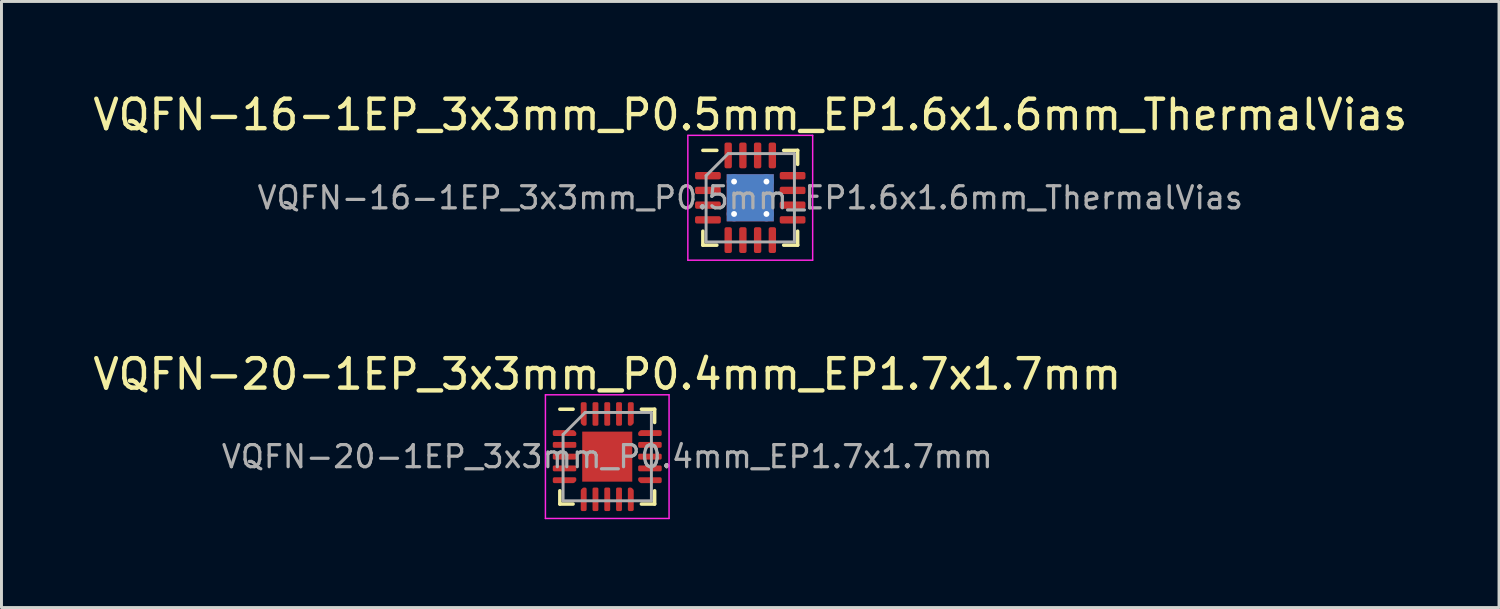
<source format=kicad_pcb>
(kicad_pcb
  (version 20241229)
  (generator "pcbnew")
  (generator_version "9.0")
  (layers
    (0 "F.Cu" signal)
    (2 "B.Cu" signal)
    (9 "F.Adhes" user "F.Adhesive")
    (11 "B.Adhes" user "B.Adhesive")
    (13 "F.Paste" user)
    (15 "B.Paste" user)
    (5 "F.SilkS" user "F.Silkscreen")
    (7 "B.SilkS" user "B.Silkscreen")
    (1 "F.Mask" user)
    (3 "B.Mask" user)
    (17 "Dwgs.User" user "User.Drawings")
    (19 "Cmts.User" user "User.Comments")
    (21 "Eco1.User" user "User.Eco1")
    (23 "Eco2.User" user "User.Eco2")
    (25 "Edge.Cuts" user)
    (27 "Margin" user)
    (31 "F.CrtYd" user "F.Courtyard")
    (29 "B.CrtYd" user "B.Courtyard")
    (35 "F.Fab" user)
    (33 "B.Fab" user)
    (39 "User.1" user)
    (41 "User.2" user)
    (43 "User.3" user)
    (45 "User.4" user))
  (footprint "VQFN-16-1EP_3x3mm_P0.5mm_EP1.6x1.6mm_ThermalVias"
    (layer "F.Cu")
    (at 22.435 3.668)
    (property "Reference" "VQFN-16-1EP_3x3mm_P0.5mm_EP1.6x1.6mm_ThermalVias" (at 0 -2.82 0) (layer "F.SilkS") (effects (font (size 1 1) (thickness 0.15))))
    (attr smd)
    (fp_line (start -1.61 1.61) (end -1.61 1.135) (stroke (width 0.12) (type solid)) (layer "F.SilkS"))
    (fp_line (start -1.135 -1.61) (end -1.61 -1.61) (stroke (width 0.12) (type solid)) (layer "F.SilkS"))
    (fp_line (start -1.135 1.61) (end -1.61 1.61) (stroke (width 0.12) (type solid)) (layer "F.SilkS"))
    (fp_line (start 1.135 -1.61) (end 1.61 -1.61) (stroke (width 0.12) (type solid)) (layer "F.SilkS"))
    (fp_line (start 1.135 1.61) (end 1.61 1.61) (stroke (width 0.12) (type solid)) (layer "F.SilkS"))
    (fp_line (start 1.61 -1.61) (end 1.61 -1.135) (stroke (width 0.12) (type solid)) (layer "F.SilkS"))
    (fp_line (start 1.61 1.61) (end 1.61 1.135) (stroke (width 0.12) (type solid)) (layer "F.SilkS"))
    (fp_line (start -2.12 -2.12) (end -2.12 2.12) (stroke (width 0.05) (type solid)) (layer "F.CrtYd"))
    (fp_line (start -2.12 2.12) (end 2.12 2.12) (stroke (width 0.05) (type solid)) (layer "F.CrtYd"))
    (fp_line (start 2.12 -2.12) (end -2.12 -2.12) (stroke (width 0.05) (type solid)) (layer "F.CrtYd"))
    (fp_line (start 2.12 2.12) (end 2.12 -2.12) (stroke (width 0.05) (type solid)) (layer "F.CrtYd"))
    (fp_line (start -1.5 -0.75) (end -0.75 -1.5) (stroke (width 0.1) (type solid)) (layer "F.Fab"))
    (fp_line (start -1.5 1.5) (end -1.5 -0.75) (stroke (width 0.1) (type solid)) (layer "F.Fab"))
    (fp_line (start -0.75 -1.5) (end 1.5 -1.5) (stroke (width 0.1) (type solid)) (layer "F.Fab"))
    (fp_line (start 1.5 -1.5) (end 1.5 1.5) (stroke (width 0.1) (type solid)) (layer "F.Fab"))
    (fp_line (start 1.5 1.5) (end -1.5 1.5) (stroke (width 0.1) (type solid)) (layer "F.Fab"))
    (fp_text user "${REFERENCE}" (at 0 0 0) (layer "F.Fab") (effects (font (size 0.75 0.75) (thickness 0.11))))
    (pad "" smd roundrect (at -0.4 -0.4) (size 0.69 0.69) (layers "F.Paste") (roundrect_rratio 0.25))
    (pad "" smd roundrect (at -0.4 0.4) (size 0.69 0.69) (layers "F.Paste") (roundrect_rratio 0.25))
    (pad "" smd roundrect (at 0.4 -0.4) (size 0.69 0.69) (layers "F.Paste") (roundrect_rratio 0.25))
    (pad "" smd roundrect (at 0.4 0.4) (size 0.69 0.69) (layers "F.Paste") (roundrect_rratio 0.25))
    (pad "1" smd roundrect (at -1.438 -0.75) (size 0.875 0.25) (layers "F.Cu" "F.Mask" "F.Paste") (roundrect_rratio 0.25))
    (pad "2" smd roundrect (at -1.438 -0.25) (size 0.875 0.25) (layers "F.Cu" "F.Mask" "F.Paste") (roundrect_rratio 0.25))
    (pad "3" smd roundrect (at -1.438 0.25) (size 0.875 0.25) (layers "F.Cu" "F.Mask" "F.Paste") (roundrect_rratio 0.25))
    (pad "4" smd roundrect (at -1.438 0.75) (size 0.875 0.25) (layers "F.Cu" "F.Mask" "F.Paste") (roundrect_rratio 0.25))
    (pad "5" smd roundrect (at -0.75 1.438) (size 0.25 0.875) (layers "F.Cu" "F.Mask" "F.Paste") (roundrect_rratio 0.25))
    (pad "6" smd roundrect (at -0.25 1.438) (size 0.25 0.875) (layers "F.Cu" "F.Mask" "F.Paste") (roundrect_rratio 0.25))
    (pad "7" smd roundrect (at 0.25 1.438) (size 0.25 0.875) (layers "F.Cu" "F.Mask" "F.Paste") (roundrect_rratio 0.25))
    (pad "8" smd roundrect (at 0.75 1.438) (size 0.25 0.875) (layers "F.Cu" "F.Mask" "F.Paste") (roundrect_rratio 0.25))
    (pad "9" smd roundrect (at 1.438 0.75) (size 0.875 0.25) (layers "F.Cu" "F.Mask" "F.Paste") (roundrect_rratio 0.25))
    (pad "10" smd roundrect (at 1.438 0.25) (size 0.875 0.25) (layers "F.Cu" "F.Mask" "F.Paste") (roundrect_rratio 0.25))
    (pad "11" smd roundrect (at 1.438 -0.25) (size 0.875 0.25) (layers "F.Cu" "F.Mask" "F.Paste") (roundrect_rratio 0.25))
    (pad "12" smd roundrect (at 1.438 -0.75) (size 0.875 0.25) (layers "F.Cu" "F.Mask" "F.Paste") (roundrect_rratio 0.25))
    (pad "13" smd roundrect (at 0.75 -1.438) (size 0.25 0.875) (layers "F.Cu" "F.Mask" "F.Paste") (roundrect_rratio 0.25))
    (pad "14" smd roundrect (at 0.25 -1.438) (size 0.25 0.875) (layers "F.Cu" "F.Mask" "F.Paste") (roundrect_rratio 0.25))
    (pad "15" smd roundrect (at -0.25 -1.438) (size 0.25 0.875) (layers "F.Cu" "F.Mask" "F.Paste") (roundrect_rratio 0.25))
    (pad "16" smd roundrect (at -0.75 -1.438) (size 0.25 0.875) (layers "F.Cu" "F.Mask" "F.Paste") (roundrect_rratio 0.25))
    (pad "17" thru_hole circle (at -0.55 -0.55) (size 0.5 0.5) (drill 0.2) (layers "*.Cu"))
    (pad "17" thru_hole circle (at -0.55 0.55) (size 0.5 0.5) (drill 0.2) (layers "*.Cu"))
    (pad "17" smd rect (at 0 0) (size 1.6 1.6) (layers "F.Cu" "F.Mask"))
    (pad "17" smd rect (at 0 0) (size 1.6 1.6) (layers "B.Cu"))
    (pad "17" thru_hole circle (at 0.55 -0.55) (size 0.5 0.5) (drill 0.2) (layers "*.Cu"))
    (pad "17" thru_hole circle (at 0.55 0.55) (size 0.5 0.5) (drill 0.2) (layers "*.Cu")))
  (footprint "VQFN-20-1EP_3x3mm_P0.4mm_EP1.7x1.7mm"
    (layer "F.Cu")
    (at 17.577 12.461)
    (property "Reference" "VQFN-20-1EP_3x3mm_P0.4mm_EP1.7x1.7mm" (at 0 -2.8 0) (layer "F.SilkS") (effects (font (size 1 1) (thickness 0.15))))
    (attr smd)
    (fp_line (start -1.61 1.61) (end -1.61 1.16) (stroke (width 0.12) (type solid)) (layer "F.SilkS"))
    (fp_line (start -1.16 -1.61) (end -1.61 -1.61) (stroke (width 0.12) (type solid)) (layer "F.SilkS"))
    (fp_line (start -1.16 1.61) (end -1.61 1.61) (stroke (width 0.12) (type solid)) (layer "F.SilkS"))
    (fp_line (start 1.16 -1.61) (end 1.61 -1.61) (stroke (width 0.12) (type solid)) (layer "F.SilkS"))
    (fp_line (start 1.16 1.61) (end 1.61 1.61) (stroke (width 0.12) (type solid)) (layer "F.SilkS"))
    (fp_line (start 1.61 -1.61) (end 1.61 -1.16) (stroke (width 0.12) (type solid)) (layer "F.SilkS"))
    (fp_line (start 1.61 1.61) (end 1.61 1.16) (stroke (width 0.12) (type solid)) (layer "F.SilkS"))
    (fp_line (start -2.1 -2.1) (end -2.1 2.1) (stroke (width 0.05) (type solid)) (layer "F.CrtYd"))
    (fp_line (start -2.1 2.1) (end 2.1 2.1) (stroke (width 0.05) (type solid)) (layer "F.CrtYd"))
    (fp_line (start 2.1 -2.1) (end -2.1 -2.1) (stroke (width 0.05) (type solid)) (layer "F.CrtYd"))
    (fp_line (start 2.1 2.1) (end 2.1 -2.1) (stroke (width 0.05) (type solid)) (layer "F.CrtYd"))
    (fp_line (start -1.5 -0.75) (end -0.75 -1.5) (stroke (width 0.1) (type solid)) (layer "F.Fab"))
    (fp_line (start -1.5 1.5) (end -1.5 -0.75) (stroke (width 0.1) (type solid)) (layer "F.Fab"))
    (fp_line (start -0.75 -1.5) (end 1.5 -1.5) (stroke (width 0.1) (type solid)) (layer "F.Fab"))
    (fp_line (start 1.5 -1.5) (end 1.5 1.5) (stroke (width 0.1) (type solid)) (layer "F.Fab"))
    (fp_line (start 1.5 1.5) (end -1.5 1.5) (stroke (width 0.1) (type solid)) (layer "F.Fab"))
    (fp_text user "${REFERENCE}" (at 0 0 0) (layer "F.Fab") (effects (font (size 0.75 0.75) (thickness 0.11))))
    (pad "" smd roundrect (at -0.425 -0.425) (size 0.69 0.69) (layers "F.Paste") (roundrect_rratio 0.25))
    (pad "" smd roundrect (at -0.425 0.425) (size 0.69 0.69) (layers "F.Paste") (roundrect_rratio 0.25))
    (pad "" smd roundrect (at 0.425 -0.425) (size 0.69 0.69) (layers "F.Paste") (roundrect_rratio 0.25))
    (pad "" smd roundrect (at 0.425 0.425) (size 0.69 0.69) (layers "F.Paste") (roundrect_rratio 0.25))
    (pad "1" smd custom (at -1.45 -0.8) (size 0.143 0.143) (layers "F.Cu" "F.Mask" "F.Paste") (options (anchor circle)) (primitives (gr_poly (pts (xy 0.35 0.001) (xy 0.35 0.05) (xy -0.35 0.05) (xy -0.35 -0.05) (xy 0.299 -0.05)) (width 0.1) (fill yes))))
    (pad "2" smd roundrect (at -1.45 -0.4) (size 0.8 0.2) (layers "F.Cu" "F.Mask" "F.Paste") (roundrect_rratio 0.25))
    (pad "3" smd roundrect (at -1.45 0) (size 0.8 0.2) (layers "F.Cu" "F.Mask" "F.Paste") (roundrect_rratio 0.25))
    (pad "4" smd roundrect (at -1.45 0.4) (size 0.8 0.2) (layers "F.Cu" "F.Mask" "F.Paste") (roundrect_rratio 0.25))
    (pad "5" smd custom (at -1.45 0.8) (size 0.143 0.143) (layers "F.Cu" "F.Mask" "F.Paste") (options (anchor circle)) (primitives (gr_poly (pts (xy 0.35 -0.001) (xy 0.299 0.05) (xy -0.35 0.05) (xy -0.35 -0.05) (xy 0.35 -0.05)) (width 0.1) (fill yes))))
    (pad "6" smd custom (at -0.8 1.45) (size 0.143 0.143) (layers "F.Cu" "F.Mask" "F.Paste") (options (anchor circle)) (primitives (gr_poly (pts (xy 0.05 0.35) (xy -0.05 0.35) (xy -0.05 -0.299) (xy 0.001 -0.35) (xy 0.05 -0.35)) (width 0.1) (fill yes))))
    (pad "7" smd roundrect (at -0.4 1.45) (size 0.2 0.8) (layers "F.Cu" "F.Mask" "F.Paste") (roundrect_rratio 0.25))
    (pad "8" smd roundrect (at 0 1.45) (size 0.2 0.8) (layers "F.Cu" "F.Mask" "F.Paste") (roundrect_rratio 0.25))
    (pad "9" smd roundrect (at 0.4 1.45) (size 0.2 0.8) (layers "F.Cu" "F.Mask" "F.Paste") (roundrect_rratio 0.25))
    (pad "10" smd custom (at 0.8 1.45) (size 0.143 0.143) (layers "F.Cu" "F.Mask" "F.Paste") (options (anchor circle)) (primitives (gr_poly (pts (xy 0.05 -0.299) (xy 0.05 0.35) (xy -0.05 0.35) (xy -0.05 -0.35) (xy -0.001 -0.35)) (width 0.1) (fill yes))))
    (pad "11" smd custom (at 1.45 0.8) (size 0.143 0.143) (layers "F.Cu" "F.Mask" "F.Paste") (options (anchor circle)) (primitives (gr_poly (pts (xy 0.35 0.05) (xy -0.299 0.05) (xy -0.35 -0.001) (xy -0.35 -0.05) (xy 0.35 -0.05)) (width 0.1) (fill yes))))
    (pad "12" smd roundrect (at 1.45 0.4) (size 0.8 0.2) (layers "F.Cu" "F.Mask" "F.Paste") (roundrect_rratio 0.25))
    (pad "13" smd roundrect (at 1.45 0) (size 0.8 0.2) (layers "F.Cu" "F.Mask" "F.Paste") (roundrect_rratio 0.25))
    (pad "14" smd roundrect (at 1.45 -0.4) (size 0.8 0.2) (layers "F.Cu" "F.Mask" "F.Paste") (roundrect_rratio 0.25))
    (pad "15" smd custom (at 1.45 -0.8) (size 0.143 0.143) (layers "F.Cu" "F.Mask" "F.Paste") (options (anchor circle)) (primitives (gr_poly (pts (xy 0.35 0.05) (xy -0.35 0.05) (xy -0.35 0.001) (xy -0.299 -0.05) (xy 0.35 -0.05)) (width 0.1) (fill yes))))
    (pad "16" smd custom (at 0.8 -1.45) (size 0.143 0.143) (layers "F.Cu" "F.Mask" "F.Paste") (options (anchor circle)) (primitives (gr_poly (pts (xy 0.05 0.299) (xy -0.001 0.35) (xy -0.05 0.35) (xy -0.05 -0.35) (xy 0.05 -0.35)) (width 0.1) (fill yes))))
    (pad "17" smd roundrect (at 0.4 -1.45) (size 0.2 0.8) (layers "F.Cu" "F.Mask" "F.Paste") (roundrect_rratio 0.25))
    (pad "18" smd roundrect (at 0 -1.45) (size 0.2 0.8) (layers "F.Cu" "F.Mask" "F.Paste") (roundrect_rratio 0.25))
    (pad "19" smd roundrect (at -0.4 -1.45) (size 0.2 0.8) (layers "F.Cu" "F.Mask" "F.Paste") (roundrect_rratio 0.25))
    (pad "20" smd custom (at -0.8 -1.45) (size 0.143 0.143) (layers "F.Cu" "F.Mask" "F.Paste") (options (anchor circle)) (primitives (gr_poly (pts (xy 0.05 0.35) (xy 0.001 0.35) (xy -0.05 0.299) (xy -0.05 -0.35) (xy 0.05 -0.35)) (width 0.1) (fill yes))))
    (pad "21" smd rect (at 0 0) (size 1.7 1.7) (layers "F.Cu" "F.Mask")))
  (gr_rect
    (start -3 -3)
    (end 47.869 17.587)
    (stroke (width 0.1) (type default))
    (fill no)
    (layer "Edge.Cuts")))
</source>
